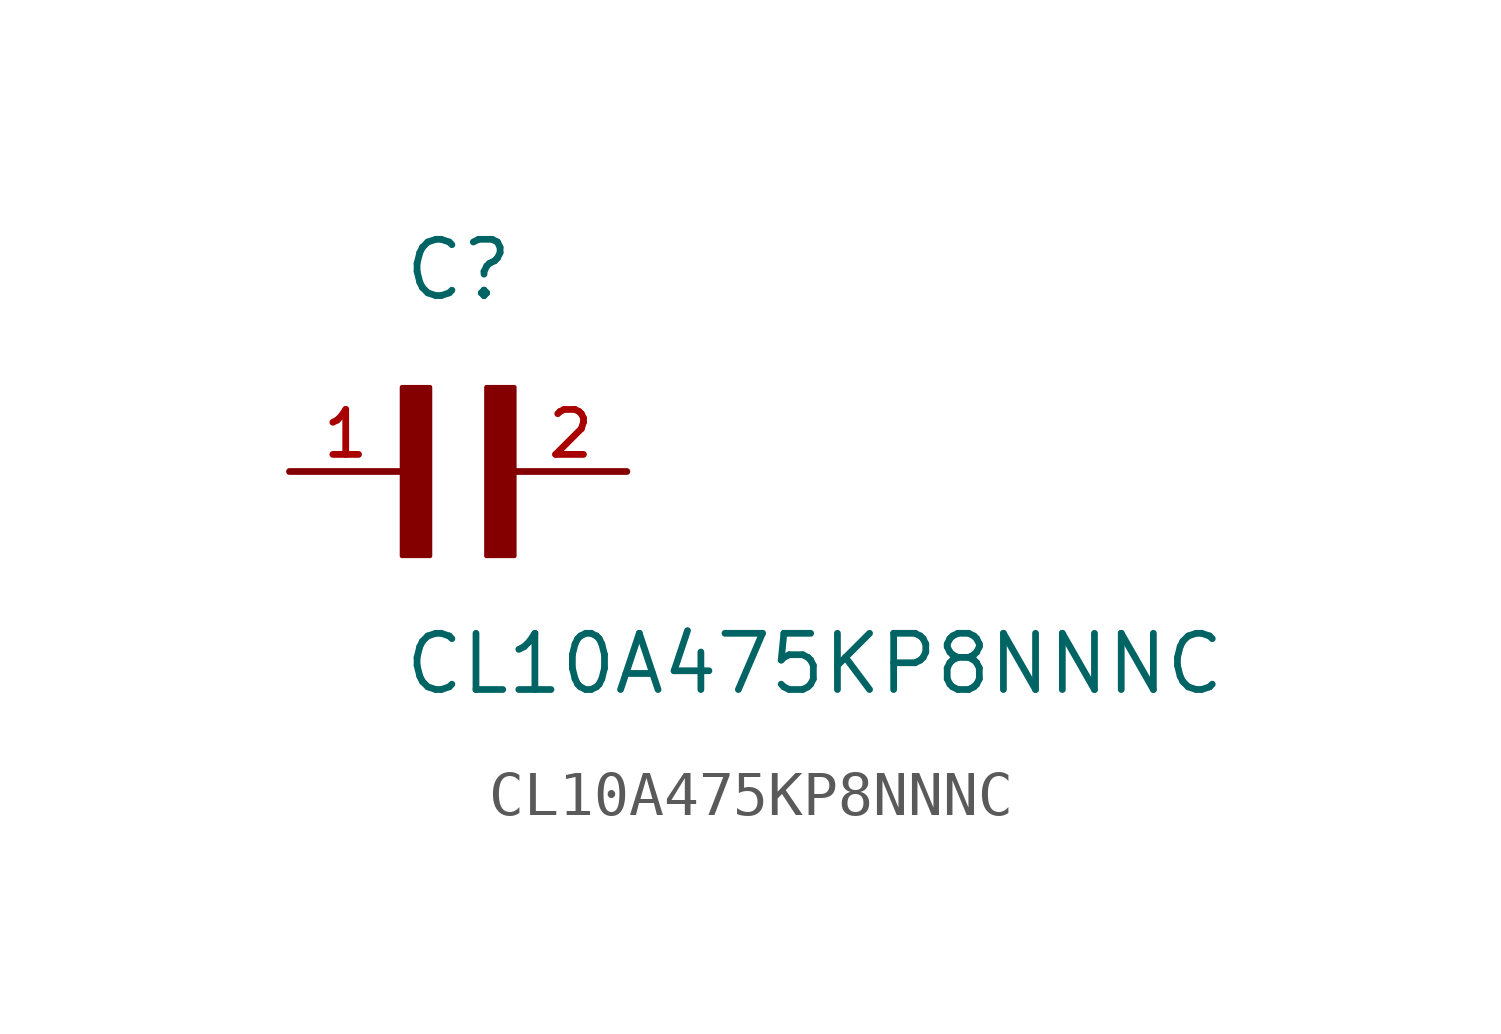
<source format=kicad_sym>
(kicad_symbol_lib
  (version 20211014)
  (generator kicad_symbol_editor)
  (symbol "CL10A475KP8NNNC"
    (pin_names
      (offset 1.016))
    (property "Reference" "C"
      (at 0.0 3.811 0)
      (effects (font (size 1.27 1.27)) (justify bottom left)))
    (property "Value" "CL10A475KP8NNNC"
      (at 0.0 -5.088 0)
      (effects (font (size 1.27 1.27)) (justify bottom left)))
    (symbol "CL10A475KP8NNNC_0_0"
      (rectangle (start 0.0 -1.907) (end 0.635 1.905) (stroke (width 0.1)) (fill (type outline)))
      (rectangle (start 1.907 -1.907) (end 2.54 1.905) (stroke (width 0.1)) (fill (type outline)))
      (pin passive line (at -2.54 0.0 0) (length 2.54) (name "~" (effects (font (size 1.016 1.016)))) (number "1" (effects (font (size 1.016 1.016)))))
      (pin passive line (at 5.08 0.0 180.0) (length 2.54) (name "~" (effects (font (size 1.016 1.016)))) (number "2" (effects (font (size 1.016 1.016))))))))
</source>
